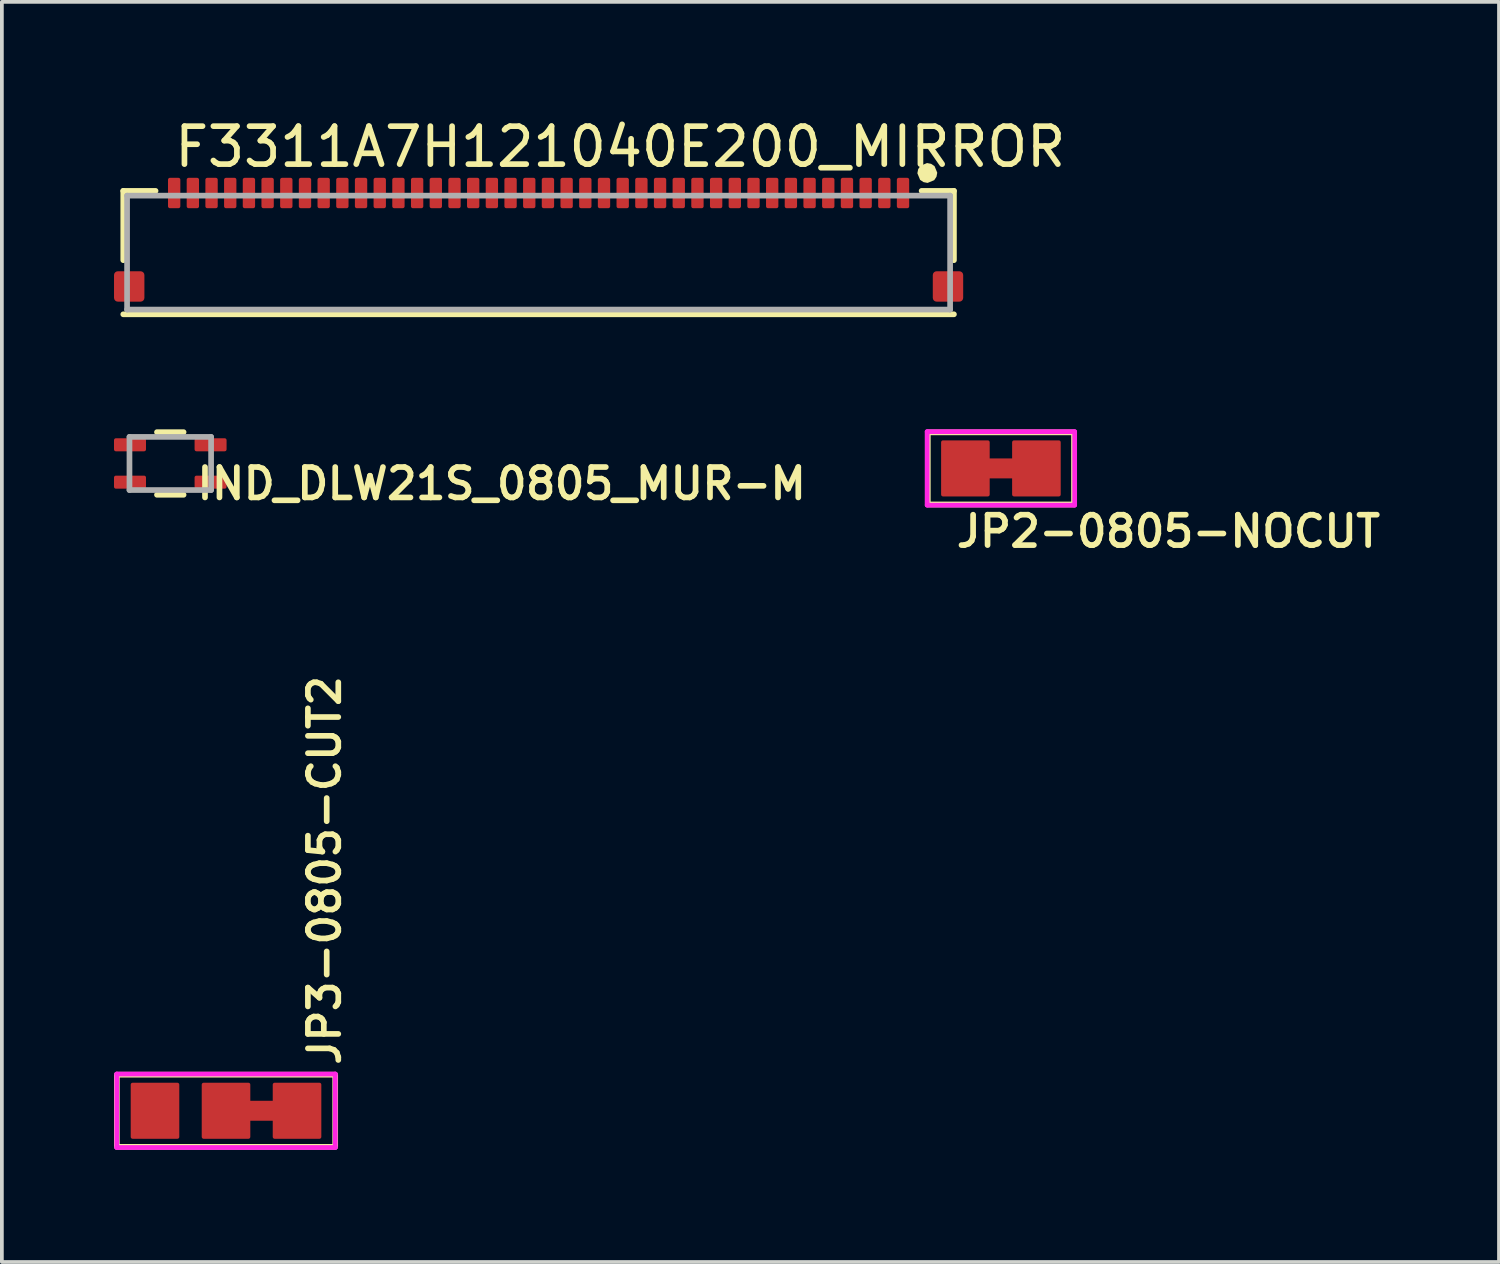
<source format=kicad_pcb>
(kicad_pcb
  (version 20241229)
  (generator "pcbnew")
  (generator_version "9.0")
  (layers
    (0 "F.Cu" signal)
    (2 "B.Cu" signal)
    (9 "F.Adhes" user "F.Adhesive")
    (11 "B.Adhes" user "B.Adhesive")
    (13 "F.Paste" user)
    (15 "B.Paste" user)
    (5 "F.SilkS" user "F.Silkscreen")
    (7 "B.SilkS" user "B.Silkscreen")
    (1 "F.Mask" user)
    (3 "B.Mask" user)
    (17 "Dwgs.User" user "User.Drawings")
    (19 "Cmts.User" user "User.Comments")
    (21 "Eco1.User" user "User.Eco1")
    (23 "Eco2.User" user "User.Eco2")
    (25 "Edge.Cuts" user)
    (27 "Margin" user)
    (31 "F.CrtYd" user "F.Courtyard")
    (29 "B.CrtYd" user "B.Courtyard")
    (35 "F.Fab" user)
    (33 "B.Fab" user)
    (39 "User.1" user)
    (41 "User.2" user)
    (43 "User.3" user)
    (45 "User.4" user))
  (footprint "IND_DLW21S_0805_MUR-M"
    (layer "F.Cu")
    (at 1.506 9.35)
    (property "Reference" "IND_DLW21S_0805_MUR-M" (at 0.635 1.016 180) (layer "F.SilkS") (effects (font (size 0.813 0.813) (thickness 0.152)) (justify left bottom)))
    (attr smd)
    (fp_line (start -0.356 0.838) (end 0.356 0.838) (stroke (width 0.152) (type solid)) (layer "F.SilkS"))
    (fp_line (start 0.356 -0.838) (end -0.356 -0.838) (stroke (width 0.152) (type solid)) (layer "F.SilkS"))
    (fp_line (start -1.092 -0.711) (end -1.092 0.711) (stroke (width 0.152) (type solid)) (layer "F.Fab"))
    (fp_line (start -1.092 0.711) (end 1.092 0.711) (stroke (width 0.152) (type solid)) (layer "F.Fab"))
    (fp_line (start 1.092 -0.711) (end -1.092 -0.711) (stroke (width 0.152) (type solid)) (layer "F.Fab"))
    (fp_line (start 1.092 0.711) (end 1.092 -0.711) (stroke (width 0.152) (type solid)) (layer "F.Fab"))
    (fp_line (start 1.092 -0.508) (end 1.092 -0.711) (stroke (width 0.152) (type solid)) (layer "User.1"))
    (pad "1" smd roundrect (at -1.078 -0.5) (size 0.856 0.349) (layers "F.Cu" "F.Mask" "F.Paste") (roundrect_rratio 0.145))
    (pad "2" smd roundrect (at 1.078 -0.5) (size 0.856 0.349) (layers "F.Cu" "F.Mask" "F.Paste") (roundrect_rratio 0.145))
    (pad "3" smd roundrect (at 1.078 0.5) (size 0.856 0.349) (layers "F.Cu" "F.Mask" "F.Paste") (roundrect_rratio 0.145))
    (pad "4" smd roundrect (at -1.078 0.5) (size 0.856 0.349) (layers "F.Cu" "F.Mask" "F.Paste") (roundrect_rratio 0.145)))
  (footprint "JP2-0805-NOCUT"
    (layer "F.Cu")
    (at 23.729 9.482)
    (property "Reference" "JP2-0805-NOCUT" (at -1.27 2.159 0) (layer "F.SilkS") (effects (font (size 0.813 0.813) (thickness 0.152) (bold yes)) (justify left bottom)))
    (attr exclude_from_pos_files exclude_from_bom)
    (fp_poly (pts (xy 0.33 0.267) (xy -0.33 0.267) (xy -0.33 -0.267) (xy 0.33 -0.267)) (stroke (width 0) (type default)) (fill yes) (layer "F.Cu"))
    (fp_rect (start -1.956 -0.965) (end 1.956 0.965) (stroke (width 0.152) (type default)) (fill no) (layer "F.SilkS"))
    (fp_line (start -1.973 -0.983) (end 1.973 -0.983) (stroke (width 0.127) (type solid)) (layer "F.CrtYd"))
    (fp_line (start -1.973 0.983) (end -1.973 -0.983) (stroke (width 0.127) (type solid)) (layer "F.CrtYd"))
    (fp_line (start 1.973 -0.983) (end 1.973 0.983) (stroke (width 0.127) (type solid)) (layer "F.CrtYd"))
    (fp_line (start 1.973 0.983) (end -1.973 0.983) (stroke (width 0.127) (type solid)) (layer "F.CrtYd"))
    (pad "1" smd roundrect (at -0.95 0) (size 1.3 1.5) (layers "F.Cu" "F.Mask") (roundrect_rratio 0.039))
    (pad "2" smd roundrect (at 0.95 0) (size 1.3 1.5) (layers "F.Cu" "F.Mask") (roundrect_rratio 0.039)))
  (footprint "F3311A7H121040E200_MIRROR"
    (layer "F.Cu")
    (at 11.36 3.978)
    (property "Reference" "F3311A7H121040E200_MIRROR" (at -9.817 -2.505 0) (layer "F.SilkS") (effects (font (size 1.016 1.016) (thickness 0.152)) (justify left bottom)))
    (attr smd)
    (fp_line (start -11.112 -1.921) (end -11.112 -0.067) (stroke (width 0.152) (type solid)) (layer "F.SilkS"))
    (fp_line (start -11.112 1.381) (end 11.112 1.381) (stroke (width 0.152) (type solid)) (layer "F.SilkS"))
    (fp_line (start -10.248 -1.921) (end -11.112 -1.921) (stroke (width 0.152) (type solid)) (layer "F.SilkS"))
    (fp_line (start 11.112 -1.921) (end 10.248 -1.921) (stroke (width 0.152) (type solid)) (layer "F.SilkS"))
    (fp_line (start 11.112 -0.067) (end 11.112 -1.921) (stroke (width 0.152) (type solid)) (layer "F.SilkS"))
    (fp_poly (pts (xy 10.501 -2.645) (xy 10.593 -2.584) (xy 10.666 -2.407) (xy 10.645 -2.299) (xy 10.584 -2.207) (xy 10.407 -2.134) (xy 10.299 -2.155) (xy 10.207 -2.216) (xy 10.134 -2.393) (xy 10.155 -2.501) (xy 10.216 -2.593) (xy 10.393 -2.666)) (stroke (width 0) (type default)) (fill yes) (layer "F.SilkS"))
    (fp_line (start -11.01 -1.794) (end -11.01 1.254) (stroke (width 0.152) (type solid)) (layer "F.Fab"))
    (fp_line (start -11.01 1.254) (end 11.01 1.254) (stroke (width 0.152) (type solid)) (layer "F.Fab"))
    (fp_line (start 11.01 -1.794) (end -11.01 -1.794) (stroke (width 0.152) (type solid)) (layer "F.Fab"))
    (fp_line (start 11.01 1.254) (end 11.01 -1.794) (stroke (width 0.152) (type solid)) (layer "F.Fab"))
    (pad "" smd roundrect (at -10.953 0.636) (size 0.813 0.813) (layers "F.Cu" "F.Mask" "F.Paste") (roundrect_rratio 0.125))
    (pad "" smd roundrect (at 10.953 0.636) (size 0.813 0.813) (layers "F.Cu" "F.Mask" "F.Paste") (roundrect_rratio 0.125))
    (pad "1" smd roundrect (at 9.75 -1.864) (size 0.33 0.813) (layers "F.Cu" "F.Mask" "F.Paste") (roundrect_rratio 0.154))
    (pad "2" smd roundrect (at 9.25 -1.864) (size 0.33 0.813) (layers "F.Cu" "F.Mask" "F.Paste") (roundrect_rratio 0.154))
    (pad "3" smd roundrect (at 8.75 -1.864) (size 0.33 0.813) (layers "F.Cu" "F.Mask" "F.Paste") (roundrect_rratio 0.154))
    (pad "4" smd roundrect (at 8.25 -1.864) (size 0.33 0.813) (layers "F.Cu" "F.Mask" "F.Paste") (roundrect_rratio 0.154))
    (pad "5" smd roundrect (at 7.75 -1.864) (size 0.33 0.813) (layers "F.Cu" "F.Mask" "F.Paste") (roundrect_rratio 0.154))
    (pad "6" smd roundrect (at 7.25 -1.864) (size 0.33 0.813) (layers "F.Cu" "F.Mask" "F.Paste") (roundrect_rratio 0.154))
    (pad "7" smd roundrect (at 6.75 -1.864) (size 0.33 0.813) (layers "F.Cu" "F.Mask" "F.Paste") (roundrect_rratio 0.154))
    (pad "8" smd roundrect (at 6.25 -1.864) (size 0.33 0.813) (layers "F.Cu" "F.Mask" "F.Paste") (roundrect_rratio 0.154))
    (pad "9" smd roundrect (at 5.75 -1.864) (size 0.33 0.813) (layers "F.Cu" "F.Mask" "F.Paste") (roundrect_rratio 0.154))
    (pad "10" smd roundrect (at 5.25 -1.864) (size 0.33 0.813) (layers "F.Cu" "F.Mask" "F.Paste") (roundrect_rratio 0.154))
    (pad "11" smd roundrect (at 4.75 -1.864) (size 0.33 0.813) (layers "F.Cu" "F.Mask" "F.Paste") (roundrect_rratio 0.154))
    (pad "12" smd roundrect (at 4.25 -1.864) (size 0.33 0.813) (layers "F.Cu" "F.Mask" "F.Paste") (roundrect_rratio 0.154))
    (pad "13" smd roundrect (at 3.75 -1.864) (size 0.33 0.813) (layers "F.Cu" "F.Mask" "F.Paste") (roundrect_rratio 0.154))
    (pad "14" smd roundrect (at 3.25 -1.864) (size 0.33 0.813) (layers "F.Cu" "F.Mask" "F.Paste") (roundrect_rratio 0.154))
    (pad "15" smd roundrect (at 2.75 -1.864) (size 0.33 0.813) (layers "F.Cu" "F.Mask" "F.Paste") (roundrect_rratio 0.154))
    (pad "16" smd roundrect (at 2.25 -1.864) (size 0.33 0.813) (layers "F.Cu" "F.Mask" "F.Paste") (roundrect_rratio 0.154))
    (pad "17" smd roundrect (at 1.75 -1.864) (size 0.33 0.813) (layers "F.Cu" "F.Mask" "F.Paste") (roundrect_rratio 0.154))
    (pad "18" smd roundrect (at 1.25 -1.864) (size 0.33 0.813) (layers "F.Cu" "F.Mask" "F.Paste") (roundrect_rratio 0.154))
    (pad "19" smd roundrect (at 0.75 -1.864) (size 0.33 0.813) (layers "F.Cu" "F.Mask" "F.Paste") (roundrect_rratio 0.154))
    (pad "20" smd roundrect (at 0.25 -1.864) (size 0.33 0.813) (layers "F.Cu" "F.Mask" "F.Paste") (roundrect_rratio 0.154))
    (pad "21" smd roundrect (at -0.25 -1.864) (size 0.33 0.813) (layers "F.Cu" "F.Mask" "F.Paste") (roundrect_rratio 0.154))
    (pad "22" smd roundrect (at -0.75 -1.864) (size 0.33 0.813) (layers "F.Cu" "F.Mask" "F.Paste") (roundrect_rratio 0.154))
    (pad "23" smd roundrect (at -1.25 -1.864) (size 0.33 0.813) (layers "F.Cu" "F.Mask" "F.Paste") (roundrect_rratio 0.154))
    (pad "24" smd roundrect (at -1.75 -1.864) (size 0.33 0.813) (layers "F.Cu" "F.Mask" "F.Paste") (roundrect_rratio 0.154))
    (pad "25" smd roundrect (at -2.25 -1.864) (size 0.33 0.813) (layers "F.Cu" "F.Mask" "F.Paste") (roundrect_rratio 0.154))
    (pad "26" smd roundrect (at -2.75 -1.864) (size 0.33 0.813) (layers "F.Cu" "F.Mask" "F.Paste") (roundrect_rratio 0.154))
    (pad "27" smd roundrect (at -3.25 -1.864) (size 0.33 0.813) (layers "F.Cu" "F.Mask" "F.Paste") (roundrect_rratio 0.154))
    (pad "28" smd roundrect (at -3.75 -1.864) (size 0.33 0.813) (layers "F.Cu" "F.Mask" "F.Paste") (roundrect_rratio 0.154))
    (pad "29" smd roundrect (at -4.25 -1.864) (size 0.33 0.813) (layers "F.Cu" "F.Mask" "F.Paste") (roundrect_rratio 0.154))
    (pad "30" smd roundrect (at -4.75 -1.864) (size 0.33 0.813) (layers "F.Cu" "F.Mask" "F.Paste") (roundrect_rratio 0.154))
    (pad "31" smd roundrect (at -5.25 -1.864) (size 0.33 0.813) (layers "F.Cu" "F.Mask" "F.Paste") (roundrect_rratio 0.154))
    (pad "32" smd roundrect (at -5.75 -1.864) (size 0.33 0.813) (layers "F.Cu" "F.Mask" "F.Paste") (roundrect_rratio 0.154))
    (pad "33" smd roundrect (at -6.25 -1.864) (size 0.33 0.813) (layers "F.Cu" "F.Mask" "F.Paste") (roundrect_rratio 0.154))
    (pad "34" smd roundrect (at -6.75 -1.864) (size 0.33 0.813) (layers "F.Cu" "F.Mask" "F.Paste") (roundrect_rratio 0.154))
    (pad "35" smd roundrect (at -7.25 -1.864) (size 0.33 0.813) (layers "F.Cu" "F.Mask" "F.Paste") (roundrect_rratio 0.154))
    (pad "36" smd roundrect (at -7.75 -1.864) (size 0.33 0.813) (layers "F.Cu" "F.Mask" "F.Paste") (roundrect_rratio 0.154))
    (pad "37" smd roundrect (at -8.25 -1.864) (size 0.33 0.813) (layers "F.Cu" "F.Mask" "F.Paste") (roundrect_rratio 0.154))
    (pad "38" smd roundrect (at -8.75 -1.864) (size 0.33 0.813) (layers "F.Cu" "F.Mask" "F.Paste") (roundrect_rratio 0.154))
    (pad "39" smd roundrect (at -9.25 -1.864) (size 0.33 0.813) (layers "F.Cu" "F.Mask" "F.Paste") (roundrect_rratio 0.154))
    (pad "40" smd roundrect (at -9.75 -1.864) (size 0.33 0.813) (layers "F.Cu" "F.Mask" "F.Paste") (roundrect_rratio 0.154)))
  (footprint "JP3-0805-CUT2"
    (layer "F.Cu")
    (at 2.997 26.668)
    (property "Reference" "JP3-0805-CUT2" (at 3.111 -1.143 90) (layer "F.SilkS") (effects (font (size 0.813 0.813) (thickness 0.152) (bold yes)) (justify left bottom)))
    (attr exclude_from_pos_files exclude_from_bom)
    (fp_poly (pts (xy 1.285 0.267) (xy 0.625 0.267) (xy 0.625 -0.267) (xy 1.285 -0.267)) (stroke (width 0) (type default)) (fill yes) (layer "F.Cu"))
    (fp_rect (start -2.921 -0.965) (end 2.921 0.965) (stroke (width 0.152) (type default)) (fill no) (layer "F.SilkS"))
    (fp_line (start -2.923 -0.983) (end 2.923 -0.983) (stroke (width 0.127) (type solid)) (layer "F.CrtYd"))
    (fp_line (start -2.923 0.983) (end -2.923 -0.983) (stroke (width 0.127) (type solid)) (layer "F.CrtYd"))
    (fp_line (start 2.923 -0.983) (end 2.923 0.983) (stroke (width 0.127) (type solid)) (layer "F.CrtYd"))
    (fp_line (start 2.923 0.983) (end -2.923 0.983) (stroke (width 0.127) (type solid)) (layer "F.CrtYd"))
    (pad "COM" smd roundrect (at 0 0) (size 1.3 1.5) (layers "F.Cu" "F.Mask") (roundrect_rratio 0.039))
    (pad "NC" smd roundrect (at 1.9 0) (size 1.3 1.5) (layers "F.Cu" "F.Mask") (roundrect_rratio 0.039))
    (pad "NO" smd roundrect (at -1.9 0) (size 1.3 1.5) (layers "F.Cu" "F.Mask") (roundrect_rratio 0.039)))
  (gr_rect
    (start -3 -3)
    (end 37.055 30.714)
    (stroke (width 0.1) (type default))
    (fill no)
    (layer "Edge.Cuts")))
</source>
